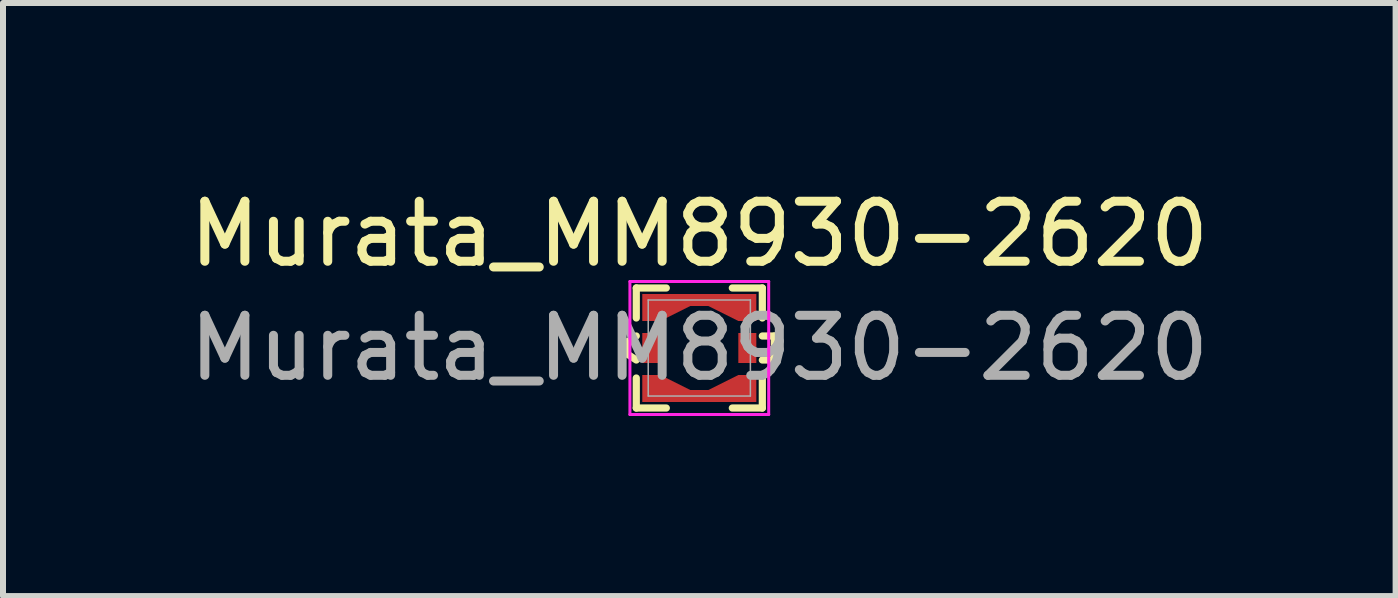
<source format=kicad_pcb>
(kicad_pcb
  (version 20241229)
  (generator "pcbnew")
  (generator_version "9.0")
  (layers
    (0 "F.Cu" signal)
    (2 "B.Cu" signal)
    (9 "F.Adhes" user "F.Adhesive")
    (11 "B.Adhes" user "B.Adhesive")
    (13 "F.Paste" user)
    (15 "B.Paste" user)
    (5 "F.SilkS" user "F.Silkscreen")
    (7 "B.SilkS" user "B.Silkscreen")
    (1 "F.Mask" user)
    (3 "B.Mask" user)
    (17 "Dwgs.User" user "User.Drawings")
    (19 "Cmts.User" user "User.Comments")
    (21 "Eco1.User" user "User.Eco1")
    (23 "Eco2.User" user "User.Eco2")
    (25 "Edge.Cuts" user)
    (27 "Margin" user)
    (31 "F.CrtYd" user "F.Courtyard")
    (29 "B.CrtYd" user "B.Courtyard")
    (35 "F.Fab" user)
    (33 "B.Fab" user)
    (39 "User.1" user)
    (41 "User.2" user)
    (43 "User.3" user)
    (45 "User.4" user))
  (footprint "Murata_MM8930-2620"
    (layer "F.Cu")
    (at 8.601 2.748)
    (property "Reference" "Murata_MM8930-2620" (at 0 -1.9 0) (unlocked yes) (layer "F.SilkS") (effects (font (size 1 1) (thickness 0.15))))
    (attr smd)
    (fp_line (start -1.2 -0.1) (end -1.2 0.1) (stroke (width 0.12) (type default)) (layer "F.SilkS"))
    (fp_line (start -1.2 0.1) (end -1.05 0.2) (stroke (width 0.12) (type default)) (layer "F.SilkS"))
    (fp_line (start -1.05 -1) (end -1.05 -0.5) (stroke (width 0.12) (type default)) (layer "F.SilkS"))
    (fp_line (start -1.05 -1) (end -0.55 -1) (stroke (width 0.12) (type default)) (layer "F.SilkS"))
    (fp_line (start -1.05 -0.2) (end -1.2 -0.1) (stroke (width 0.12) (type default)) (layer "F.SilkS"))
    (fp_line (start -1.05 1) (end -1.05 0.5) (stroke (width 0.12) (type default)) (layer "F.SilkS"))
    (fp_line (start -1.05 1) (end -0.55 1) (stroke (width 0.12) (type default)) (layer "F.SilkS"))
    (fp_line (start 1.05 -1) (end 0.55 -1) (stroke (width 0.12) (type default)) (layer "F.SilkS"))
    (fp_line (start 1.05 -1) (end 1.05 -0.5) (stroke (width 0.12) (type default)) (layer "F.SilkS"))
    (fp_line (start 1.05 -0.2) (end 1.25 -0.2) (stroke (width 0.12) (type default)) (layer "F.SilkS"))
    (fp_line (start 1.05 1) (end 0.55 1) (stroke (width 0.12) (type default)) (layer "F.SilkS"))
    (fp_line (start 1.05 1) (end 1.05 0.5) (stroke (width 0.12) (type default)) (layer "F.SilkS"))
    (fp_line (start 1.25 -0.2) (end 1.25 0.2) (stroke (width 0.12) (type default)) (layer "F.SilkS"))
    (fp_line (start 1.25 0.2) (end 1.05 0.2) (stroke (width 0.12) (type default)) (layer "F.SilkS"))
    (fp_line (start -1.156 -1.108) (end -1.156 1.108) (stroke (width 0.05) (type solid)) (layer "F.CrtYd"))
    (fp_line (start -1.156 1.108) (end 1.156 1.108) (stroke (width 0.05) (type solid)) (layer "F.CrtYd"))
    (fp_line (start 1.156 -1.108) (end -1.156 -1.108) (stroke (width 0.05) (type solid)) (layer "F.CrtYd"))
    (fp_line (start 1.156 1.108) (end 1.156 -1.108) (stroke (width 0.05) (type solid)) (layer "F.CrtYd"))
    (fp_line (start -0.851 -0.8) (end -0.851 0.8) (stroke (width 0.025) (type solid)) (layer "F.Fab"))
    (fp_line (start -0.851 0.8) (end 0.851 0.8) (stroke (width 0.025) (type solid)) (layer "F.Fab"))
    (fp_line (start 0.851 -0.8) (end -0.851 -0.8) (stroke (width 0.025) (type solid)) (layer "F.Fab"))
    (fp_line (start 0.851 0.8) (end 0.851 -0.8) (stroke (width 0.025) (type solid)) (layer "F.Fab"))
    (fp_text user "${REFERENCE}" (at 0 0 0) (unlocked yes) (layer "F.Fab") (effects (font (size 1 1) (thickness 0.15))))
    (pad "" smd custom (at -0.6 -0.875) (size 0.7 0.05) (layers "F.Paste") (options (anchor rect)) (primitives (gr_poly (pts (xy -0.35 -0.025) (xy -0.35 0.425) (xy -0.05 0.425) (xy 0.45 0.175) (xy 0.45 -0.025)) (width 0) (fill yes))))
    (pad "" smd custom (at -0.6 0.875 180) (size 0.7 0.05) (layers "F.Paste") (options (anchor rect)) (primitives (gr_poly (pts (xy 0.35 -0.025) (xy 0.35 0.425) (xy 0.05 0.425) (xy -0.45 0.175) (xy -0.45 -0.025)) (width 0) (fill yes))))
    (pad "" smd custom (at 0.6 -0.875) (size 0.7 0.05) (layers "F.Paste") (options (anchor rect)) (primitives (gr_poly (pts (xy 0.35 -0.025) (xy 0.35 0.425) (xy 0.05 0.425) (xy -0.45 0.175) (xy -0.45 -0.025)) (width 0) (fill yes))))
    (pad "" smd custom (at 0.6 0.875 180) (size 0.7 0.05) (layers "F.Paste") (options (anchor rect)) (primitives (gr_poly (pts (xy -0.35 -0.025) (xy -0.35 0.425) (xy -0.05 0.425) (xy 0.45 0.175) (xy 0.45 -0.025)) (width 0) (fill yes))))
    (pad "1" smd rect (at -0.8 0) (size 0.3 0.5) (layers "F.Cu" "F.Mask" "F.Paste"))
    (pad "2" smd rect (at 0.8 0) (size 0.3 0.5) (layers "F.Cu" "F.Mask" "F.Paste"))
    (pad "3" smd custom (at 0 -0.85) (size 1.9 0.1) (layers "F.Cu" "F.Mask") (options (anchor rect)) (primitives (gr_poly (pts (xy -0.95 0.4) (xy -0.65 0.4) (xy -0.15 0.15) (xy 0.15 0.15) (xy 0.65 0.4) (xy 0.95 0.4) (xy 0.95 -0.05) (xy -0.95 -0.05)) (width 0) (fill yes))))
    (pad "3" smd custom (at 0 0.85 180) (size 1.9 0.1) (layers "F.Cu" "F.Mask") (options (anchor rect)) (primitives (gr_poly (pts (xy -0.95 0.4) (xy -0.65 0.4) (xy -0.15 0.15) (xy 0.15 0.15) (xy 0.65 0.4) (xy 0.95 0.4) (xy 0.95 -0.05) (xy -0.95 -0.05)) (width 0) (fill yes))))
    (zone (net_name "") (layer "F.Cu") (hatch edge 0.5) (connect_pads) (min_thickness 0.25) (filled_areas_thickness no) (keepout (tracks not_allowed) (vias not_allowed) (pads allowed) (copperpour allowed) (footprints allowed)) (placement (enabled no)) (fill) (polygon (pts (xy 8.051 2.348) (xy 8.051 3.148) (xy 8.451 3.348) (xy 8.751 3.348) (xy 9.151 3.148) (xy 9.151 2.348) (xy 8.751 2.148) (xy 8.451 2.148)))))
  (gr_rect
    (start -3 -3)
    (end 20.202 6.881)
    (stroke (width 0.1) (type default))
    (fill no)
    (layer "Edge.Cuts")))
</source>
